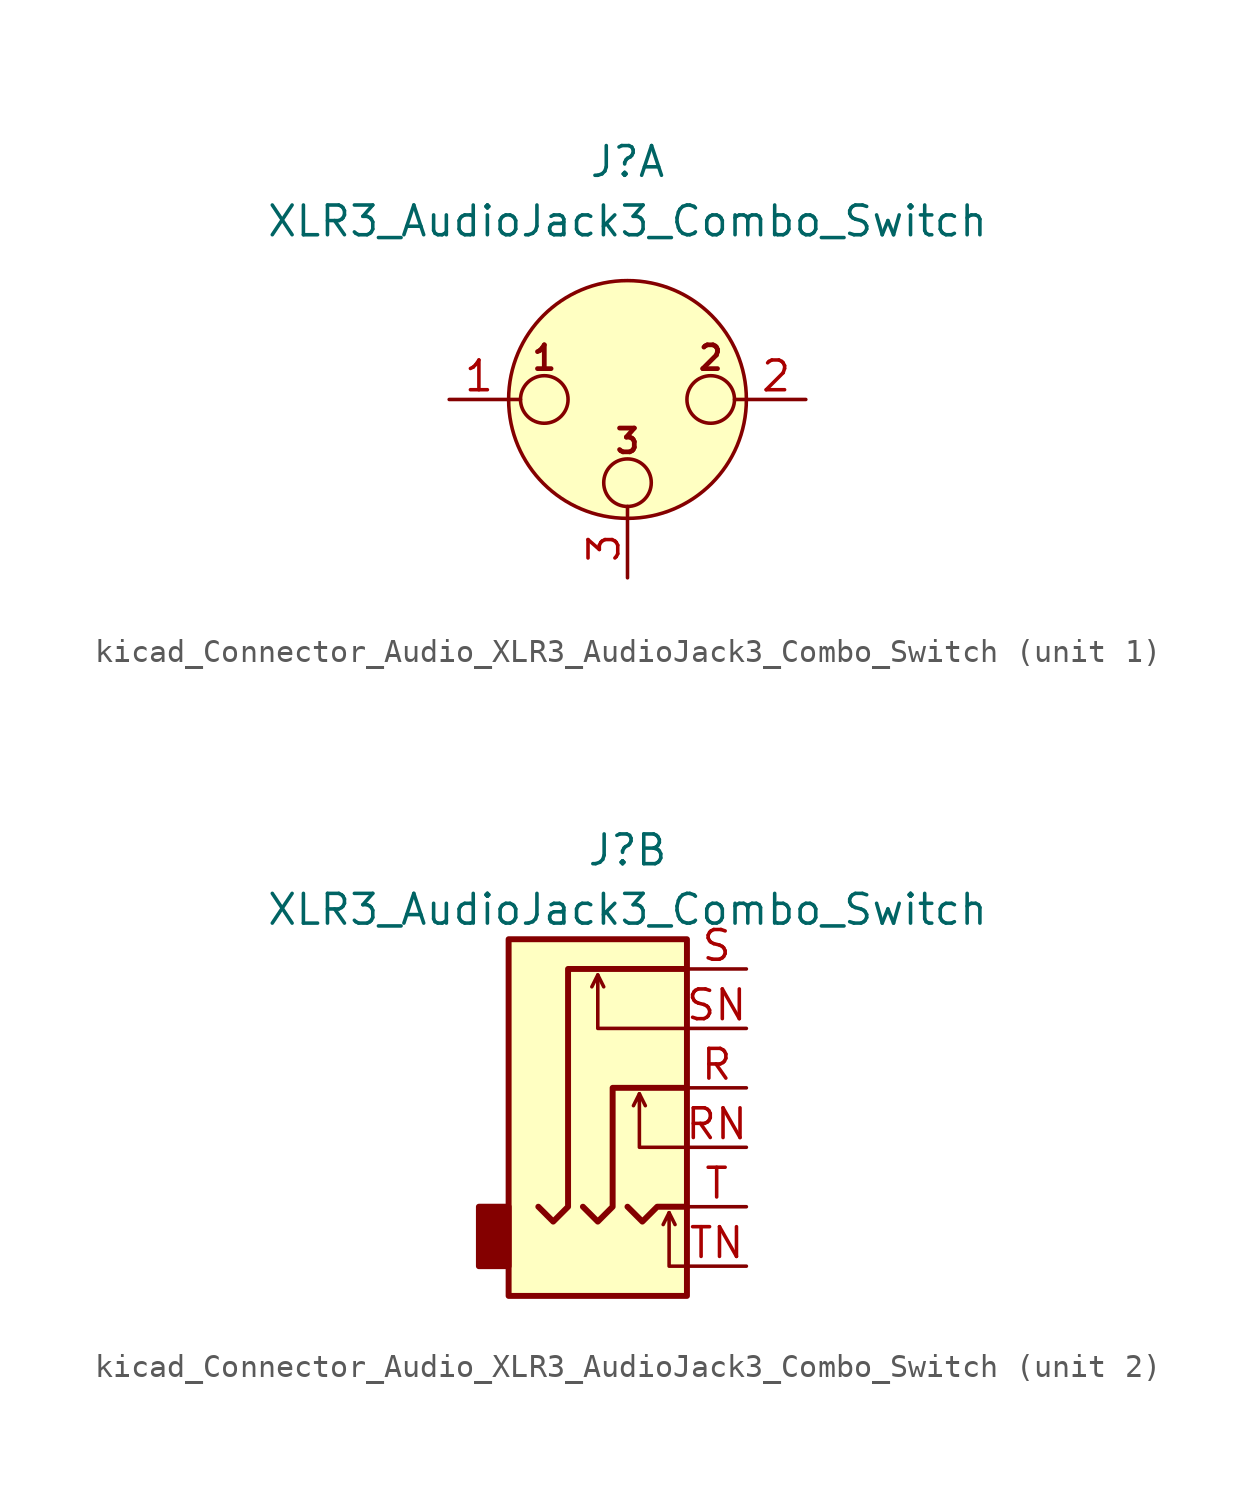
<source format=kicad_sym>
(kicad_symbol_lib
  (version 20220914)
  (generator kicad_symbol_editor)
  (symbol "kicad_Connector_Audio_XLR3_AudioJack3_Combo_Switch"
    (pin_names hide)
    (property "Reference" "J"
      (at 0 10.16 0)
      (effects (font (size 1.27 1.27))))
    (property "Value" "XLR3_AudioJack3_Combo_Switch"
      (at 0 7.62 0)
      (effects (font (size 1.27 1.27))))
    (symbol "kicad_Connector_Audio_XLR3_AudioJack3_Combo_Switch_1_1"
      (circle (center -3.556 0) (radius 1.016) (stroke (width 0) (type default)) (fill (type none)))
      (circle (center 0 -3.556) (radius 1.016) (stroke (width 0) (type default)) (fill (type none)))
      (polyline (pts (xy -5.08 0) (xy -4.572 0)) (stroke (width 0) (type default)) (fill (type none)))
      (polyline (pts (xy 0 -5.08) (xy 0 -4.572)) (stroke (width 0) (type default)) (fill (type none)))
      (polyline (pts (xy 5.08 0) (xy 4.572 0)) (stroke (width 0) (type default)) (fill (type none)))
      (circle (center 0 0) (radius 5.08) (stroke (width 0) (type default)) (fill (type background)))
      (circle (center 3.556 0) (radius 1.016) (stroke (width 0) (type default)) (fill (type none)))
      (text "1" (at -3.556 1.778 0) (effects (font (size 1.016 1.016) bold)))
      (text "2" (at 3.556 1.778 0) (effects (font (size 1.016 1.016) bold)))
      (text "3" (at 0 -1.778 0) (effects (font (size 1.016 1.016) bold)))
      (pin passive line (at -7.62 0 0) (length 2.54) (name "~" (effects (font (size 1.27 1.27)))) (number "1" (effects (font (size 1.27 1.27)))))
      (pin passive line (at 7.62 0 180) (length 2.54) (name "~" (effects (font (size 1.27 1.27)))) (number "2" (effects (font (size 1.27 1.27)))))
      (pin passive line (at 0 -7.62 90) (length 2.54) (name "~" (effects (font (size 1.27 1.27)))) (number "3" (effects (font (size 1.27 1.27))))))
    (symbol "kicad_Connector_Audio_XLR3_AudioJack3_Combo_Switch_2_1"
      (rectangle (start -5.08 -5.08) (end -6.35 -7.62) (stroke (width 0.254) (type default)) (fill (type outline)))
      (polyline (pts (xy -1.27 4.826) (xy -1.016 4.318)) (stroke (width 0) (type default)) (fill (type none)))
      (polyline (pts (xy 0.508 -0.254) (xy 0.762 -0.762)) (stroke (width 0) (type default)) (fill (type none)))
      (polyline (pts (xy 1.778 -5.334) (xy 2.032 -5.842)) (stroke (width 0) (type default)) (fill (type none)))
      (polyline (pts (xy 0 -5.08) (xy 0.635 -5.715) (xy 1.27 -5.08) (xy 2.54 -5.08)) (stroke (width 0.254) (type default)) (fill (type none)))
      (polyline (pts (xy 2.54 -7.62) (xy 1.778 -7.62) (xy 1.778 -5.334) (xy 1.524 -5.842)) (stroke (width 0) (type default)) (fill (type none)))
      (polyline (pts (xy 2.54 -2.54) (xy 0.508 -2.54) (xy 0.508 -0.254) (xy 0.254 -0.762)) (stroke (width 0) (type default)) (fill (type none)))
      (polyline (pts (xy 2.54 2.54) (xy -1.27 2.54) (xy -1.27 4.826) (xy -1.524 4.318)) (stroke (width 0) (type default)) (fill (type none)))
      (polyline (pts (xy -1.905 -5.08) (xy -1.27 -5.715) (xy -0.635 -5.08) (xy -0.635 0) (xy 2.54 0)) (stroke (width 0.254) (type default)) (fill (type none)))
      (polyline (pts (xy 2.54 5.08) (xy -2.54 5.08) (xy -2.54 -5.08) (xy -3.175 -5.715) (xy -3.81 -5.08)) (stroke (width 0.254) (type default)) (fill (type none)))
      (rectangle (start 2.54 6.35) (end -5.08 -8.89) (stroke (width 0.254) (type default)) (fill (type background)))
      (pin passive line (at 5.08 0 180) (length 2.54) (name "~" (effects (font (size 1.27 1.27)))) (number "R" (effects (font (size 1.27 1.27)))))
      (pin passive line (at 5.08 -2.54 180) (length 2.54) (name "~" (effects (font (size 1.27 1.27)))) (number "RN" (effects (font (size 1.27 1.27)))))
      (pin passive line (at 5.08 5.08 180) (length 2.54) (name "~" (effects (font (size 1.27 1.27)))) (number "S" (effects (font (size 1.27 1.27)))))
      (pin passive line (at 5.08 2.54 180) (length 2.54) (name "~" (effects (font (size 1.27 1.27)))) (number "SN" (effects (font (size 1.27 1.27)))))
      (pin passive line (at 5.08 -5.08 180) (length 2.54) (name "~" (effects (font (size 1.27 1.27)))) (number "T" (effects (font (size 1.27 1.27)))))
      (pin passive line (at 5.08 -7.62 180) (length 2.54) (name "~" (effects (font (size 1.27 1.27)))) (number "TN" (effects (font (size 1.27 1.27))))))))
</source>
